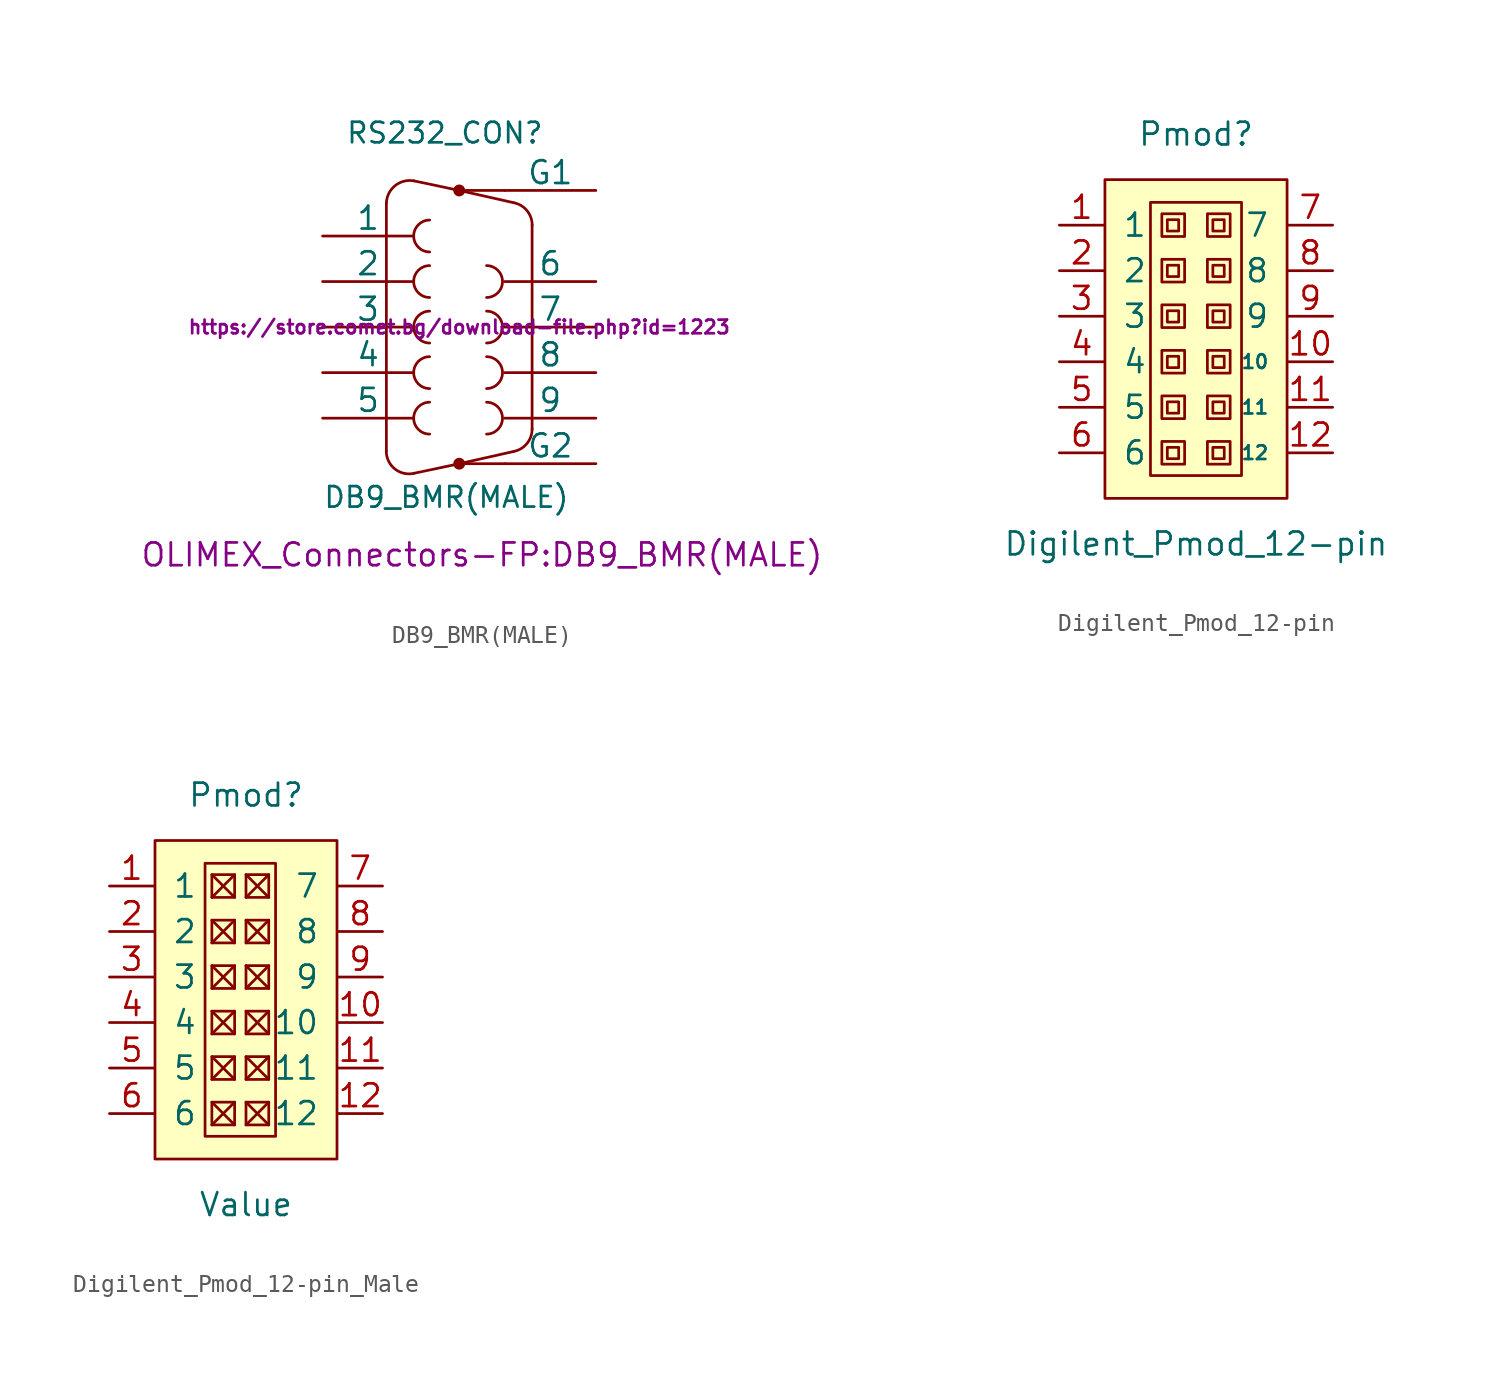
<source format=kicad_sym>
(kicad_symbol_lib
  (version 20220914)
  (generator kicad_symbol_editor)
  (symbol "DB9_BMR(MALE)"
    (pin_numbers hide)
    (pin_names
      (offset 0))
    (property "Reference" "RS232_CON"
      (at -6.35 10.16 0)
      (effects (font (size 1.143 1.143)) (justify left bottom)))
    (property "Value" "DB9_BMR(MALE)"
      (at -7.62 -10.16 0)
      (effects (font (size 1.143 1.143)) (justify left bottom)))
    (property "Footprint" "OLIMEX_Connectors-FP:DB9_BMR(MALE)"
      (at 1.27 -12.7 0)
      (effects (font (size 1.27 1.27))))
    (property "Datasheet" "https://store.comet.bg/download-file.php?id=1223"
      (at 0 0 0)
      (effects (font (size 0.762 0.762))))
    (symbol "DB9_BMR(MALE)_1_0"
      (polyline (pts (xy -4.064 -6.909) (xy -4.064 6.909)) (stroke (width 0) (type solid)) (fill (type none)))
      (polyline (pts (xy -2.515 -8.153) (xy 0 -7.62)) (stroke (width 0) (type solid)) (fill (type none)))
      (polyline (pts (xy -2.515 8.153) (xy 0 7.62)) (stroke (width 0) (type solid)) (fill (type none)))
      (polyline (pts (xy 0 -7.62) (xy 2.54 -7.62)) (stroke (width 0) (type solid)) (fill (type none)))
      (polyline (pts (xy 0 -7.62) (xy 3.048 -6.934)) (stroke (width 0) (type solid)) (fill (type none)))
      (polyline (pts (xy 0 7.62) (xy 3.048 6.934)) (stroke (width 0) (type solid)) (fill (type none)))
      (polyline (pts (xy 2.54 7.62) (xy 0 7.62)) (stroke (width 0) (type solid)) (fill (type none)))
      (polyline (pts (xy 4.064 -5.69) (xy 4.064 5.69)) (stroke (width 0) (type solid)) (fill (type none))))
    (symbol "DB9_BMR(MALE)_1_1"
      (arc (start -4.064 -6.9088) (mid -3.5879 -7.9122) (end -2.5146 -8.1534) (stroke (width 0) (type solid)) (fill (type none)))
      (arc (start -2.5146 8.1534) (mid -3.572 7.8927) (end -4.064 6.9088) (stroke (width 0) (type solid)) (fill (type none)))
      (arc (start -1.651 -4.191) (mid -2.5362 -5.08) (end -1.651 -5.969) (stroke (width 0) (type solid)) (fill (type none)))
      (arc (start -1.651 -1.651) (mid -2.5362 -2.54) (end -1.651 -3.429) (stroke (width 0) (type solid)) (fill (type none)))
      (arc (start -1.651 0.889) (mid -2.5362 0) (end -1.651 -0.889) (stroke (width 0) (type solid)) (fill (type none)))
      (arc (start -1.651 3.429) (mid -2.5362 2.54) (end -1.651 1.651) (stroke (width 0) (type solid)) (fill (type none)))
      (arc (start -1.651 5.969) (mid -2.5362 5.08) (end -1.651 4.191) (stroke (width 0) (type solid)) (fill (type none)))
      (circle (center 0 -7.62) (radius 0.254) (stroke (width 0) (type solid)) (fill (type outline)))
      (circle (center 0 7.62) (radius 0.254) (stroke (width 0) (type solid)) (fill (type outline)))
      (arc (start 1.524 -5.969) (mid 2.4092 -5.08) (end 1.524 -4.191) (stroke (width 0) (type solid)) (fill (type none)))
      (arc (start 1.524 -3.429) (mid 2.4092 -2.54) (end 1.524 -1.651) (stroke (width 0) (type solid)) (fill (type none)))
      (arc (start 1.524 -0.889) (mid 2.4092 0) (end 1.524 0.889) (stroke (width 0) (type solid)) (fill (type none)))
      (arc (start 1.524 1.651) (mid 2.4092 2.54) (end 1.524 3.429) (stroke (width 0) (type solid)) (fill (type none)))
      (arc (start 3.048 -6.9342) (mid 3.7779 -6.493) (end 4.064 -5.6896) (stroke (width 0) (type solid)) (fill (type none)))
      (arc (start 4.064 5.6896) (mid 3.7777 6.4928) (end 3.048 6.9342) (stroke (width 0) (type solid)) (fill (type none)))
      (pin passive line (at -7.62 5.08 0) (length 5.08) (name "1" (effects (font (size 1.27 1.27)))) (number "1" (effects (font (size 1.27 1.27)))))
      (pin passive line (at -7.62 2.54 0) (length 5.08) (name "2" (effects (font (size 1.27 1.27)))) (number "2" (effects (font (size 1.27 1.27)))))
      (pin passive line (at -7.62 0 0) (length 5.08) (name "3" (effects (font (size 1.27 1.27)))) (number "3" (effects (font (size 1.27 1.27)))))
      (pin passive line (at -7.62 -2.54 0) (length 5.08) (name "4" (effects (font (size 1.27 1.27)))) (number "4" (effects (font (size 1.27 1.27)))))
      (pin passive line (at -7.62 -5.08 0) (length 5.08) (name "5" (effects (font (size 1.27 1.27)))) (number "5" (effects (font (size 1.27 1.27)))))
      (pin passive line (at 7.62 2.54 180) (length 5.08) (name "6" (effects (font (size 1.27 1.27)))) (number "6" (effects (font (size 1.27 1.27)))))
      (pin passive line (at 7.62 0 180) (length 5.08) (name "7" (effects (font (size 1.27 1.27)))) (number "7" (effects (font (size 1.27 1.27)))))
      (pin passive line (at 7.62 -2.54 180) (length 5.08) (name "8" (effects (font (size 1.27 1.27)))) (number "8" (effects (font (size 1.27 1.27)))))
      (pin passive line (at 7.62 -5.08 180) (length 5.08) (name "9" (effects (font (size 1.27 1.27)))) (number "9" (effects (font (size 1.27 1.27)))))
      (pin passive line (at 7.62 7.62 180) (length 5.08) (name "G1" (effects (font (size 1.27 1.27)))) (number "G1" (effects (font (size 1.27 1.27)))))
      (pin passive line (at 7.62 -7.62 180) (length 5.08) (name "G2" (effects (font (size 1.27 1.27)))) (number "G2" (effects (font (size 1.27 1.27)))))))
  (symbol "Digilent_Pmod_12-pin"
    (pin_names
      (offset 1.016))
    (property "Reference" "Pmod"
      (at 0 10.16 0)
      (effects (font (size 1.27 1.27))))
    (property "Value" "Digilent_Pmod_12-pin"
      (at 0 -12.7 0)
      (effects (font (size 1.27 1.27))))
    (symbol "Digilent_Pmod_12-pin_0_1"
      (rectangle (start -5.08 7.62) (end 5.08 -10.16) (stroke (width 0) (type solid)) (fill (type background)))
      (rectangle (start -2.54 6.35) (end 2.54 -8.89) (stroke (width 0) (type default)) (fill (type none)))
      (rectangle (start -1.905 -6.985) (end -0.635 -8.255) (stroke (width 0) (type default)) (fill (type none)))
      (rectangle (start -1.905 -4.445) (end -0.635 -5.715) (stroke (width 0) (type default)) (fill (type none)))
      (rectangle (start -1.905 -1.905) (end -0.635 -3.175) (stroke (width 0) (type default)) (fill (type none)))
      (rectangle (start -1.905 0.635) (end -0.635 -0.635) (stroke (width 0) (type default)) (fill (type none)))
      (rectangle (start -1.905 3.175) (end -0.635 1.905) (stroke (width 0) (type default)) (fill (type none)))
      (rectangle (start -1.905 5.715) (end -0.635 4.445) (stroke (width 0) (type default)) (fill (type none)))
      (rectangle (start -1.6 -7.315) (end -0.965 -7.95) (stroke (width 0) (type default)) (fill (type none)))
      (rectangle (start -1.6 -4.775) (end -0.965 -5.41) (stroke (width 0) (type default)) (fill (type none)))
      (rectangle (start -1.6 -2.235) (end -0.965 -2.87) (stroke (width 0) (type default)) (fill (type none)))
      (rectangle (start -1.6 0.305) (end -0.965 -0.33) (stroke (width 0) (type default)) (fill (type none)))
      (rectangle (start -1.6 2.845) (end -0.965 2.21) (stroke (width 0) (type default)) (fill (type none)))
      (rectangle (start -1.6 5.385) (end -0.965 4.75) (stroke (width 0) (type default)) (fill (type none)))
      (rectangle (start 0.635 -6.985) (end 1.905 -8.255) (stroke (width 0) (type default)) (fill (type none)))
      (rectangle (start 0.635 -4.445) (end 1.905 -5.715) (stroke (width 0) (type default)) (fill (type none)))
      (rectangle (start 0.635 -1.905) (end 1.905 -3.175) (stroke (width 0) (type default)) (fill (type none)))
      (rectangle (start 0.635 0.635) (end 1.905 -0.635) (stroke (width 0) (type default)) (fill (type none)))
      (rectangle (start 0.635 3.175) (end 1.905 1.905) (stroke (width 0) (type default)) (fill (type none)))
      (rectangle (start 0.635 5.715) (end 1.905 4.445) (stroke (width 0) (type default)) (fill (type none)))
      (rectangle (start 0.94 -7.315) (end 1.575 -7.95) (stroke (width 0) (type default)) (fill (type none)))
      (rectangle (start 0.94 -4.775) (end 1.575 -5.41) (stroke (width 0) (type default)) (fill (type none)))
      (rectangle (start 0.94 -2.235) (end 1.575 -2.87) (stroke (width 0) (type default)) (fill (type none)))
      (rectangle (start 0.94 0.305) (end 1.575 -0.33) (stroke (width 0) (type default)) (fill (type none)))
      (rectangle (start 0.94 2.845) (end 1.575 2.21) (stroke (width 0) (type default)) (fill (type none)))
      (rectangle (start 0.94 5.385) (end 1.575 4.75) (stroke (width 0) (type default)) (fill (type none))))
    (symbol "Digilent_Pmod_12-pin_1_1"
      (pin passive line (at -7.62 5.08 0) (length 2.489) (name "1" (effects (font (size 1.27 1.27)))) (number "1" (effects (font (size 1.27 1.27)))))
      (pin passive line (at 7.62 -2.54 180) (length 2.489) (name "10" (effects (font (size 0.762 0.762)))) (number "10" (effects (font (size 1.27 1.27)))))
      (pin passive line (at 7.62 -5.08 180) (length 2.489) (name "11" (effects (font (size 0.762 0.762)))) (number "11" (effects (font (size 1.27 1.27)))))
      (pin passive line (at 7.62 -7.62 180) (length 2.489) (name "12" (effects (font (size 0.762 0.762)))) (number "12" (effects (font (size 1.27 1.27)))))
      (pin passive line (at -7.62 2.54 0) (length 2.489) (name "2" (effects (font (size 1.27 1.27)))) (number "2" (effects (font (size 1.27 1.27)))))
      (pin passive line (at -7.62 0 0) (length 2.489) (name "3" (effects (font (size 1.27 1.27)))) (number "3" (effects (font (size 1.27 1.27)))))
      (pin passive line (at -7.62 -2.54 0) (length 2.489) (name "4" (effects (font (size 1.27 1.27)))) (number "4" (effects (font (size 1.27 1.27)))))
      (pin passive line (at -7.62 -5.08 0) (length 2.489) (name "5" (effects (font (size 1.27 1.27)))) (number "5" (effects (font (size 1.27 1.27)))))
      (pin passive line (at -7.62 -7.62 0) (length 2.489) (name "6" (effects (font (size 1.27 1.27)))) (number "6" (effects (font (size 1.27 1.27)))))
      (pin passive line (at 7.62 5.08 180) (length 2.489) (name "7" (effects (font (size 1.27 1.27)))) (number "7" (effects (font (size 1.27 1.27)))))
      (pin passive line (at 7.62 2.54 180) (length 2.489) (name "8" (effects (font (size 1.27 1.27)))) (number "8" (effects (font (size 1.27 1.27)))))
      (pin passive line (at 7.62 0 180) (length 2.489) (name "9" (effects (font (size 1.27 1.27)))) (number "9" (effects (font (size 1.27 1.27)))))))
  (symbol "Digilent_Pmod_12-pin_Male"
    (pin_names
      (offset 1.016))
    (property "Reference" "Pmod"
      (at 0 10.16 0)
      (effects (font (size 1.27 1.27))))
    (property "Value" "Value"
      (at 0 -12.7 0)
      (effects (font (size 1.27 1.27))))
    (symbol "Digilent_Pmod_12-pin_Male_0_1"
      (rectangle (start -5.08 7.62) (end 5.08 -10.16) (stroke (width 0) (type solid)) (fill (type background)))
      (rectangle (start -2.286 6.35) (end 1.651 -8.89) (stroke (width 0) (type default)) (fill (type none)))
      (rectangle (start -1.905 -6.985) (end -0.635 -8.255) (stroke (width 0) (type default)) (fill (type none)))
      (rectangle (start -1.905 -4.445) (end -0.635 -5.715) (stroke (width 0) (type default)) (fill (type none)))
      (rectangle (start -1.905 -1.905) (end -0.635 -3.175) (stroke (width 0) (type default)) (fill (type none)))
      (rectangle (start -1.905 0.635) (end -0.635 -0.635) (stroke (width 0) (type default)) (fill (type none)))
      (rectangle (start -1.905 3.175) (end -0.635 1.905) (stroke (width 0) (type default)) (fill (type none)))
      (rectangle (start -1.905 5.715) (end -0.635 4.445) (stroke (width 0) (type default)) (fill (type none)))
      (rectangle (start 0 -6.985) (end 1.27 -8.255) (stroke (width 0) (type default)) (fill (type none)))
      (rectangle (start 0 -4.445) (end 1.27 -5.715) (stroke (width 0) (type default)) (fill (type none)))
      (rectangle (start 0 -1.905) (end 1.27 -3.175) (stroke (width 0) (type default)) (fill (type none)))
      (polyline (pts (xy -1.905 -6.985) (xy -0.635 -8.255)) (stroke (width 0) (type default)) (fill (type none)))
      (polyline (pts (xy -1.905 -4.445) (xy -0.635 -5.715)) (stroke (width 0) (type default)) (fill (type none)))
      (polyline (pts (xy -1.905 -1.905) (xy -0.635 -3.175)) (stroke (width 0) (type default)) (fill (type none)))
      (polyline (pts (xy -1.905 0.635) (xy -0.635 -0.635)) (stroke (width 0) (type default)) (fill (type none)))
      (polyline (pts (xy -1.905 3.175) (xy -0.635 1.905)) (stroke (width 0) (type default)) (fill (type none)))
      (polyline (pts (xy -1.905 5.715) (xy -0.635 4.445)) (stroke (width 0) (type default)) (fill (type none)))
      (polyline (pts (xy -0.635 -6.985) (xy -1.905 -8.255)) (stroke (width 0) (type default)) (fill (type none)))
      (polyline (pts (xy -0.635 -4.445) (xy -1.905 -5.715)) (stroke (width 0) (type default)) (fill (type none)))
      (polyline (pts (xy -0.635 -1.905) (xy -1.905 -3.175)) (stroke (width 0) (type default)) (fill (type none)))
      (polyline (pts (xy -0.635 0.635) (xy -1.905 -0.635)) (stroke (width 0) (type default)) (fill (type none)))
      (polyline (pts (xy -0.635 3.175) (xy -1.905 1.905)) (stroke (width 0) (type default)) (fill (type none)))
      (polyline (pts (xy -0.635 5.715) (xy -1.905 4.445)) (stroke (width 0) (type default)) (fill (type none)))
      (polyline (pts (xy 0 -6.985) (xy 1.27 -8.255)) (stroke (width 0) (type default)) (fill (type none)))
      (polyline (pts (xy 0 -4.445) (xy 1.27 -5.715)) (stroke (width 0) (type default)) (fill (type none)))
      (polyline (pts (xy 0 -1.905) (xy 1.27 -3.175)) (stroke (width 0) (type default)) (fill (type none)))
      (polyline (pts (xy 0 0.635) (xy 1.27 -0.635)) (stroke (width 0) (type default)) (fill (type none)))
      (polyline (pts (xy 0 3.175) (xy 1.27 1.905)) (stroke (width 0) (type default)) (fill (type none)))
      (polyline (pts (xy 0 5.715) (xy 1.27 4.445)) (stroke (width 0) (type default)) (fill (type none)))
      (polyline (pts (xy 1.27 -6.985) (xy 0 -8.255)) (stroke (width 0) (type default)) (fill (type none)))
      (polyline (pts (xy 1.27 -4.445) (xy 0 -5.715)) (stroke (width 0) (type default)) (fill (type none)))
      (polyline (pts (xy 1.27 -1.905) (xy 0 -3.175)) (stroke (width 0) (type default)) (fill (type none)))
      (polyline (pts (xy 1.27 0.635) (xy 0 -0.635)) (stroke (width 0) (type default)) (fill (type none)))
      (polyline (pts (xy 1.27 3.175) (xy 0 1.905)) (stroke (width 0) (type default)) (fill (type none)))
      (polyline (pts (xy 1.27 5.715) (xy 0 4.445)) (stroke (width 0) (type default)) (fill (type none)))
      (rectangle (start 0 0.635) (end 1.27 -0.635) (stroke (width 0) (type default)) (fill (type none)))
      (rectangle (start 0 3.175) (end 1.27 1.905) (stroke (width 0) (type default)) (fill (type none)))
      (rectangle (start 0 5.715) (end 1.27 4.445) (stroke (width 0) (type default)) (fill (type none))))
    (symbol "Digilent_Pmod_12-pin_Male_1_1"
      (pin passive line (at -7.62 5.08 0) (length 2.489) (name "1" (effects (font (size 1.27 1.27)))) (number "1" (effects (font (size 1.27 1.27)))))
      (pin passive line (at 7.62 -2.54 180) (length 2.489) (name "10" (effects (font (size 1.27 1.27)))) (number "10" (effects (font (size 1.27 1.27)))))
      (pin passive line (at 7.62 -5.08 180) (length 2.489) (name "11" (effects (font (size 1.27 1.27)))) (number "11" (effects (font (size 1.27 1.27)))))
      (pin passive line (at 7.62 -7.62 180) (length 2.489) (name "12" (effects (font (size 1.27 1.27)))) (number "12" (effects (font (size 1.27 1.27)))))
      (pin passive line (at -7.62 2.54 0) (length 2.489) (name "2" (effects (font (size 1.27 1.27)))) (number "2" (effects (font (size 1.27 1.27)))))
      (pin passive line (at -7.62 0 0) (length 2.489) (name "3" (effects (font (size 1.27 1.27)))) (number "3" (effects (font (size 1.27 1.27)))))
      (pin passive line (at -7.62 -2.54 0) (length 2.489) (name "4" (effects (font (size 1.27 1.27)))) (number "4" (effects (font (size 1.27 1.27)))))
      (pin passive line (at -7.62 -5.08 0) (length 2.489) (name "5" (effects (font (size 1.27 1.27)))) (number "5" (effects (font (size 1.27 1.27)))))
      (pin passive line (at -7.62 -7.62 0) (length 2.489) (name "6" (effects (font (size 1.27 1.27)))) (number "6" (effects (font (size 1.27 1.27)))))
      (pin passive line (at 7.62 5.08 180) (length 2.489) (name "7" (effects (font (size 1.27 1.27)))) (number "7" (effects (font (size 1.27 1.27)))))
      (pin passive line (at 7.62 2.54 180) (length 2.489) (name "8" (effects (font (size 1.27 1.27)))) (number "8" (effects (font (size 1.27 1.27)))))
      (pin passive line (at 7.62 0 180) (length 2.489) (name "9" (effects (font (size 1.27 1.27)))) (number "9" (effects (font (size 1.27 1.27))))))))
</source>
